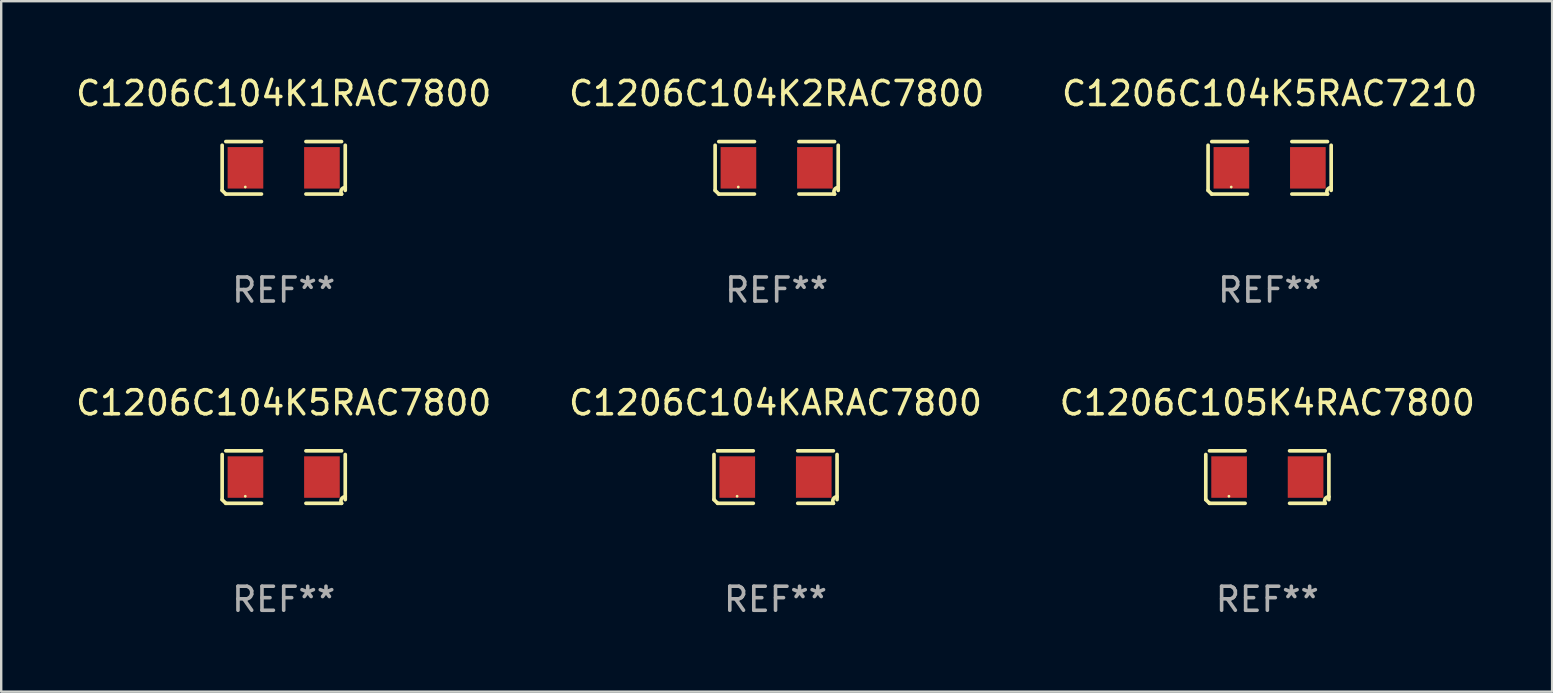
<source format=kicad_pcb>
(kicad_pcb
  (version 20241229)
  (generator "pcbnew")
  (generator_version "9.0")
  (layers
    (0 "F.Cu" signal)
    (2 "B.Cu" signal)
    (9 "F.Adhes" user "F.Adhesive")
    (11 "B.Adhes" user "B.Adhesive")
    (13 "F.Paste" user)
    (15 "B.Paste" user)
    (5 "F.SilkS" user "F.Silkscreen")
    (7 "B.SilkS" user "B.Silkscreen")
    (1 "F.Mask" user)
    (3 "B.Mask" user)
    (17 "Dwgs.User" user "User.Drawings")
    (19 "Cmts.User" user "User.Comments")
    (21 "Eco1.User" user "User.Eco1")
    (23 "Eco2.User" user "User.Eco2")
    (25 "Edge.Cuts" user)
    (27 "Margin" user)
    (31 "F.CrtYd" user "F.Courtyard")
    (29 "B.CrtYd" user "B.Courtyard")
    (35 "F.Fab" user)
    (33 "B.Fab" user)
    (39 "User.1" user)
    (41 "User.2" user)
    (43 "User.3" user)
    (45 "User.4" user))
  (footprint "C1206C104K5RAC7800"
    (layer "F.Cu")
    (at 8.768 16.823)
    (property "Reference" "C1206C104K5RAC7800" (at 0 -3.093 0) (layer "F.SilkS") (effects (font (size 1 1) (thickness 0.15))))
    (attr through_hole)
    (fp_line (start -2.564 0.94) (end -2.564 -0.94) (stroke (width 0.152) (type solid)) (layer "F.SilkS"))
    (fp_line (start -2.411 -1.093) (end -0.926 -1.093) (stroke (width 0.152) (type solid)) (layer "F.SilkS"))
    (fp_line (start -0.926 1.093) (end -2.411 1.093) (stroke (width 0.152) (type solid)) (layer "F.SilkS"))
    (fp_line (start 0.926 1.093) (end 2.411 1.093) (stroke (width 0.152) (type solid)) (layer "F.SilkS"))
    (fp_line (start 2.411 -1.093) (end 0.926 -1.093) (stroke (width 0.152) (type solid)) (layer "F.SilkS"))
    (fp_line (start 2.564 0.94) (end 2.564 -0.94) (stroke (width 0.152) (type solid)) (layer "F.SilkS"))
    (fp_arc (start -2.411201 1.092609) (mid -2.487413 1.01642) (end -2.563602 0.940208) (stroke (width 0.1524) (type solid)) (layer "F.SilkS"))
    (fp_arc (start 2.411201 1.092609) (mid 2.407159 0.911226) (end 2.563602 0.819347) (stroke (width 0.1524) (type solid)) (layer "F.SilkS"))
    (fp_circle (center -1.6 0.8) (end -1.57 0.8) (stroke (width 0.06) (type solid)) (fill no) (layer "F.SilkS"))
    (fp_text user "REF**" (at 0 5.093 0) (layer "F.Fab") (effects (font (size 1 1) (thickness 0.15))))
    (pad "1" smd rect (at -1.593 0) (size 1.485 1.728) (layers "F.Cu" "F.Mask" "F.Paste"))
    (pad "2" smd rect (at 1.593 0) (size 1.485 1.728) (layers "F.Cu" "F.Mask" "F.Paste")))
  (footprint "C1206C104K2RAC7800"
    (layer "F.Cu")
    (at 29.304 3.941)
    (property "Reference" "C1206C104K2RAC7800" (at 0 -3.093 0) (layer "F.SilkS") (effects (font (size 1 1) (thickness 0.15))))
    (attr through_hole)
    (fp_line (start -2.564 0.94) (end -2.564 -0.94) (stroke (width 0.152) (type solid)) (layer "F.SilkS"))
    (fp_line (start -2.411 -1.093) (end -0.926 -1.093) (stroke (width 0.152) (type solid)) (layer "F.SilkS"))
    (fp_line (start -0.926 1.093) (end -2.411 1.093) (stroke (width 0.152) (type solid)) (layer "F.SilkS"))
    (fp_line (start 0.926 1.093) (end 2.411 1.093) (stroke (width 0.152) (type solid)) (layer "F.SilkS"))
    (fp_line (start 2.411 -1.093) (end 0.926 -1.093) (stroke (width 0.152) (type solid)) (layer "F.SilkS"))
    (fp_line (start 2.564 0.94) (end 2.564 -0.94) (stroke (width 0.152) (type solid)) (layer "F.SilkS"))
    (fp_arc (start -2.411201 1.092609) (mid -2.487413 1.01642) (end -2.563602 0.940208) (stroke (width 0.1524) (type solid)) (layer "F.SilkS"))
    (fp_arc (start 2.411201 1.092609) (mid 2.407159 0.911226) (end 2.563602 0.819347) (stroke (width 0.1524) (type solid)) (layer "F.SilkS"))
    (fp_circle (center -1.6 0.8) (end -1.57 0.8) (stroke (width 0.06) (type solid)) (fill no) (layer "F.SilkS"))
    (fp_text user "REF**" (at 0 5.093 0) (layer "F.Fab") (effects (font (size 1 1) (thickness 0.15))))
    (pad "1" smd rect (at -1.593 0) (size 1.485 1.728) (layers "F.Cu" "F.Mask" "F.Paste"))
    (pad "2" smd rect (at 1.593 0) (size 1.485 1.728) (layers "F.Cu" "F.Mask" "F.Paste")))
  (footprint "C1206C104K1RAC7800"
    (layer "F.Cu")
    (at 8.768 3.941)
    (property "Reference" "C1206C104K1RAC7800" (at 0 -3.093 0) (layer "F.SilkS") (effects (font (size 1 1) (thickness 0.15))))
    (attr through_hole)
    (fp_line (start -2.564 0.94) (end -2.564 -0.94) (stroke (width 0.152) (type solid)) (layer "F.SilkS"))
    (fp_line (start -2.411 -1.093) (end -0.926 -1.093) (stroke (width 0.152) (type solid)) (layer "F.SilkS"))
    (fp_line (start -0.926 1.093) (end -2.411 1.093) (stroke (width 0.152) (type solid)) (layer "F.SilkS"))
    (fp_line (start 0.926 1.093) (end 2.411 1.093) (stroke (width 0.152) (type solid)) (layer "F.SilkS"))
    (fp_line (start 2.411 -1.093) (end 0.926 -1.093) (stroke (width 0.152) (type solid)) (layer "F.SilkS"))
    (fp_line (start 2.564 0.94) (end 2.564 -0.94) (stroke (width 0.152) (type solid)) (layer "F.SilkS"))
    (fp_arc (start -2.411201 1.092609) (mid -2.487413 1.01642) (end -2.563602 0.940208) (stroke (width 0.1524) (type solid)) (layer "F.SilkS"))
    (fp_arc (start 2.411201 1.092609) (mid 2.407159 0.911226) (end 2.563602 0.819347) (stroke (width 0.1524) (type solid)) (layer "F.SilkS"))
    (fp_circle (center -1.6 0.8) (end -1.57 0.8) (stroke (width 0.06) (type solid)) (fill no) (layer "F.SilkS"))
    (fp_text user "REF**" (at 0 5.093 0) (layer "F.Fab") (effects (font (size 1 1) (thickness 0.15))))
    (pad "1" smd rect (at -1.593 0) (size 1.485 1.728) (layers "F.Cu" "F.Mask" "F.Paste"))
    (pad "2" smd rect (at 1.593 0) (size 1.485 1.728) (layers "F.Cu" "F.Mask" "F.Paste")))
  (footprint "C1206C104KARAC7800"
    (layer "F.Cu")
    (at 29.256 16.823)
    (property "Reference" "C1206C104KARAC7800" (at 0 -3.093 0) (layer "F.SilkS") (effects (font (size 1 1) (thickness 0.15))))
    (attr through_hole)
    (fp_line (start -2.564 0.94) (end -2.564 -0.94) (stroke (width 0.152) (type solid)) (layer "F.SilkS"))
    (fp_line (start -2.411 -1.093) (end -0.926 -1.093) (stroke (width 0.152) (type solid)) (layer "F.SilkS"))
    (fp_line (start -0.926 1.093) (end -2.411 1.093) (stroke (width 0.152) (type solid)) (layer "F.SilkS"))
    (fp_line (start 0.926 1.093) (end 2.411 1.093) (stroke (width 0.152) (type solid)) (layer "F.SilkS"))
    (fp_line (start 2.411 -1.093) (end 0.926 -1.093) (stroke (width 0.152) (type solid)) (layer "F.SilkS"))
    (fp_line (start 2.564 0.94) (end 2.564 -0.94) (stroke (width 0.152) (type solid)) (layer "F.SilkS"))
    (fp_arc (start -2.411201 1.092609) (mid -2.487413 1.01642) (end -2.563602 0.940208) (stroke (width 0.1524) (type solid)) (layer "F.SilkS"))
    (fp_arc (start 2.411201 1.092609) (mid 2.407159 0.911226) (end 2.563602 0.819347) (stroke (width 0.1524) (type solid)) (layer "F.SilkS"))
    (fp_circle (center -1.6 0.8) (end -1.57 0.8) (stroke (width 0.06) (type solid)) (fill no) (layer "F.SilkS"))
    (fp_text user "REF**" (at 0 5.093 0) (layer "F.Fab") (effects (font (size 1 1) (thickness 0.15))))
    (pad "1" smd rect (at -1.593 0) (size 1.485 1.728) (layers "F.Cu" "F.Mask" "F.Paste"))
    (pad "2" smd rect (at 1.593 0) (size 1.485 1.728) (layers "F.Cu" "F.Mask" "F.Paste")))
  (footprint "C1206C104K5RAC7210"
    (layer "F.Cu")
    (at 49.839 3.941)
    (property "Reference" "C1206C104K5RAC7210" (at 0 -3.093 0) (layer "F.SilkS") (effects (font (size 1 1) (thickness 0.15))))
    (attr through_hole)
    (fp_line (start -2.564 0.94) (end -2.564 -0.94) (stroke (width 0.152) (type solid)) (layer "F.SilkS"))
    (fp_line (start -2.411 -1.093) (end -0.926 -1.093) (stroke (width 0.152) (type solid)) (layer "F.SilkS"))
    (fp_line (start -0.926 1.093) (end -2.411 1.093) (stroke (width 0.152) (type solid)) (layer "F.SilkS"))
    (fp_line (start 0.926 1.093) (end 2.411 1.093) (stroke (width 0.152) (type solid)) (layer "F.SilkS"))
    (fp_line (start 2.411 -1.093) (end 0.926 -1.093) (stroke (width 0.152) (type solid)) (layer "F.SilkS"))
    (fp_line (start 2.564 0.94) (end 2.564 -0.94) (stroke (width 0.152) (type solid)) (layer "F.SilkS"))
    (fp_arc (start -2.411201 1.092609) (mid -2.487413 1.01642) (end -2.563602 0.940208) (stroke (width 0.1524) (type solid)) (layer "F.SilkS"))
    (fp_arc (start 2.411201 1.092609) (mid 2.407159 0.911226) (end 2.563602 0.819347) (stroke (width 0.1524) (type solid)) (layer "F.SilkS"))
    (fp_circle (center -1.6 0.8) (end -1.57 0.8) (stroke (width 0.06) (type solid)) (fill no) (layer "F.SilkS"))
    (fp_text user "REF**" (at 0 5.093 0) (layer "F.Fab") (effects (font (size 1 1) (thickness 0.15))))
    (pad "1" smd rect (at -1.593 0) (size 1.485 1.728) (layers "F.Cu" "F.Mask" "F.Paste"))
    (pad "2" smd rect (at 1.593 0) (size 1.485 1.728) (layers "F.Cu" "F.Mask" "F.Paste")))
  (footprint "C1206C105K4RAC7800"
    (layer "F.Cu")
    (at 49.744 16.823)
    (property "Reference" "C1206C105K4RAC7800" (at 0 -3.093 0) (layer "F.SilkS") (effects (font (size 1 1) (thickness 0.15))))
    (attr through_hole)
    (fp_line (start -2.564 0.94) (end -2.564 -0.94) (stroke (width 0.152) (type solid)) (layer "F.SilkS"))
    (fp_line (start -2.411 -1.093) (end -0.926 -1.093) (stroke (width 0.152) (type solid)) (layer "F.SilkS"))
    (fp_line (start -0.926 1.093) (end -2.411 1.093) (stroke (width 0.152) (type solid)) (layer "F.SilkS"))
    (fp_line (start 0.926 1.093) (end 2.411 1.093) (stroke (width 0.152) (type solid)) (layer "F.SilkS"))
    (fp_line (start 2.411 -1.093) (end 0.926 -1.093) (stroke (width 0.152) (type solid)) (layer "F.SilkS"))
    (fp_line (start 2.564 0.94) (end 2.564 -0.94) (stroke (width 0.152) (type solid)) (layer "F.SilkS"))
    (fp_arc (start -2.411201 1.092609) (mid -2.487413 1.01642) (end -2.563602 0.940208) (stroke (width 0.1524) (type solid)) (layer "F.SilkS"))
    (fp_arc (start 2.411201 1.092609) (mid 2.407159 0.911226) (end 2.563602 0.819347) (stroke (width 0.1524) (type solid)) (layer "F.SilkS"))
    (fp_circle (center -1.6 0.8) (end -1.57 0.8) (stroke (width 0.06) (type solid)) (fill no) (layer "F.SilkS"))
    (fp_text user "REF**" (at 0 5.093 0) (layer "F.Fab") (effects (font (size 1 1) (thickness 0.15))))
    (pad "1" smd rect (at -1.593 0) (size 1.485 1.728) (layers "F.Cu" "F.Mask" "F.Paste"))
    (pad "2" smd rect (at 1.593 0) (size 1.485 1.728) (layers "F.Cu" "F.Mask" "F.Paste")))
  (gr_rect
    (start -3 -3)
    (end 61.607 25.763)
    (stroke (width 0.1) (type default))
    (fill no)
    (layer "Edge.Cuts")))
</source>
